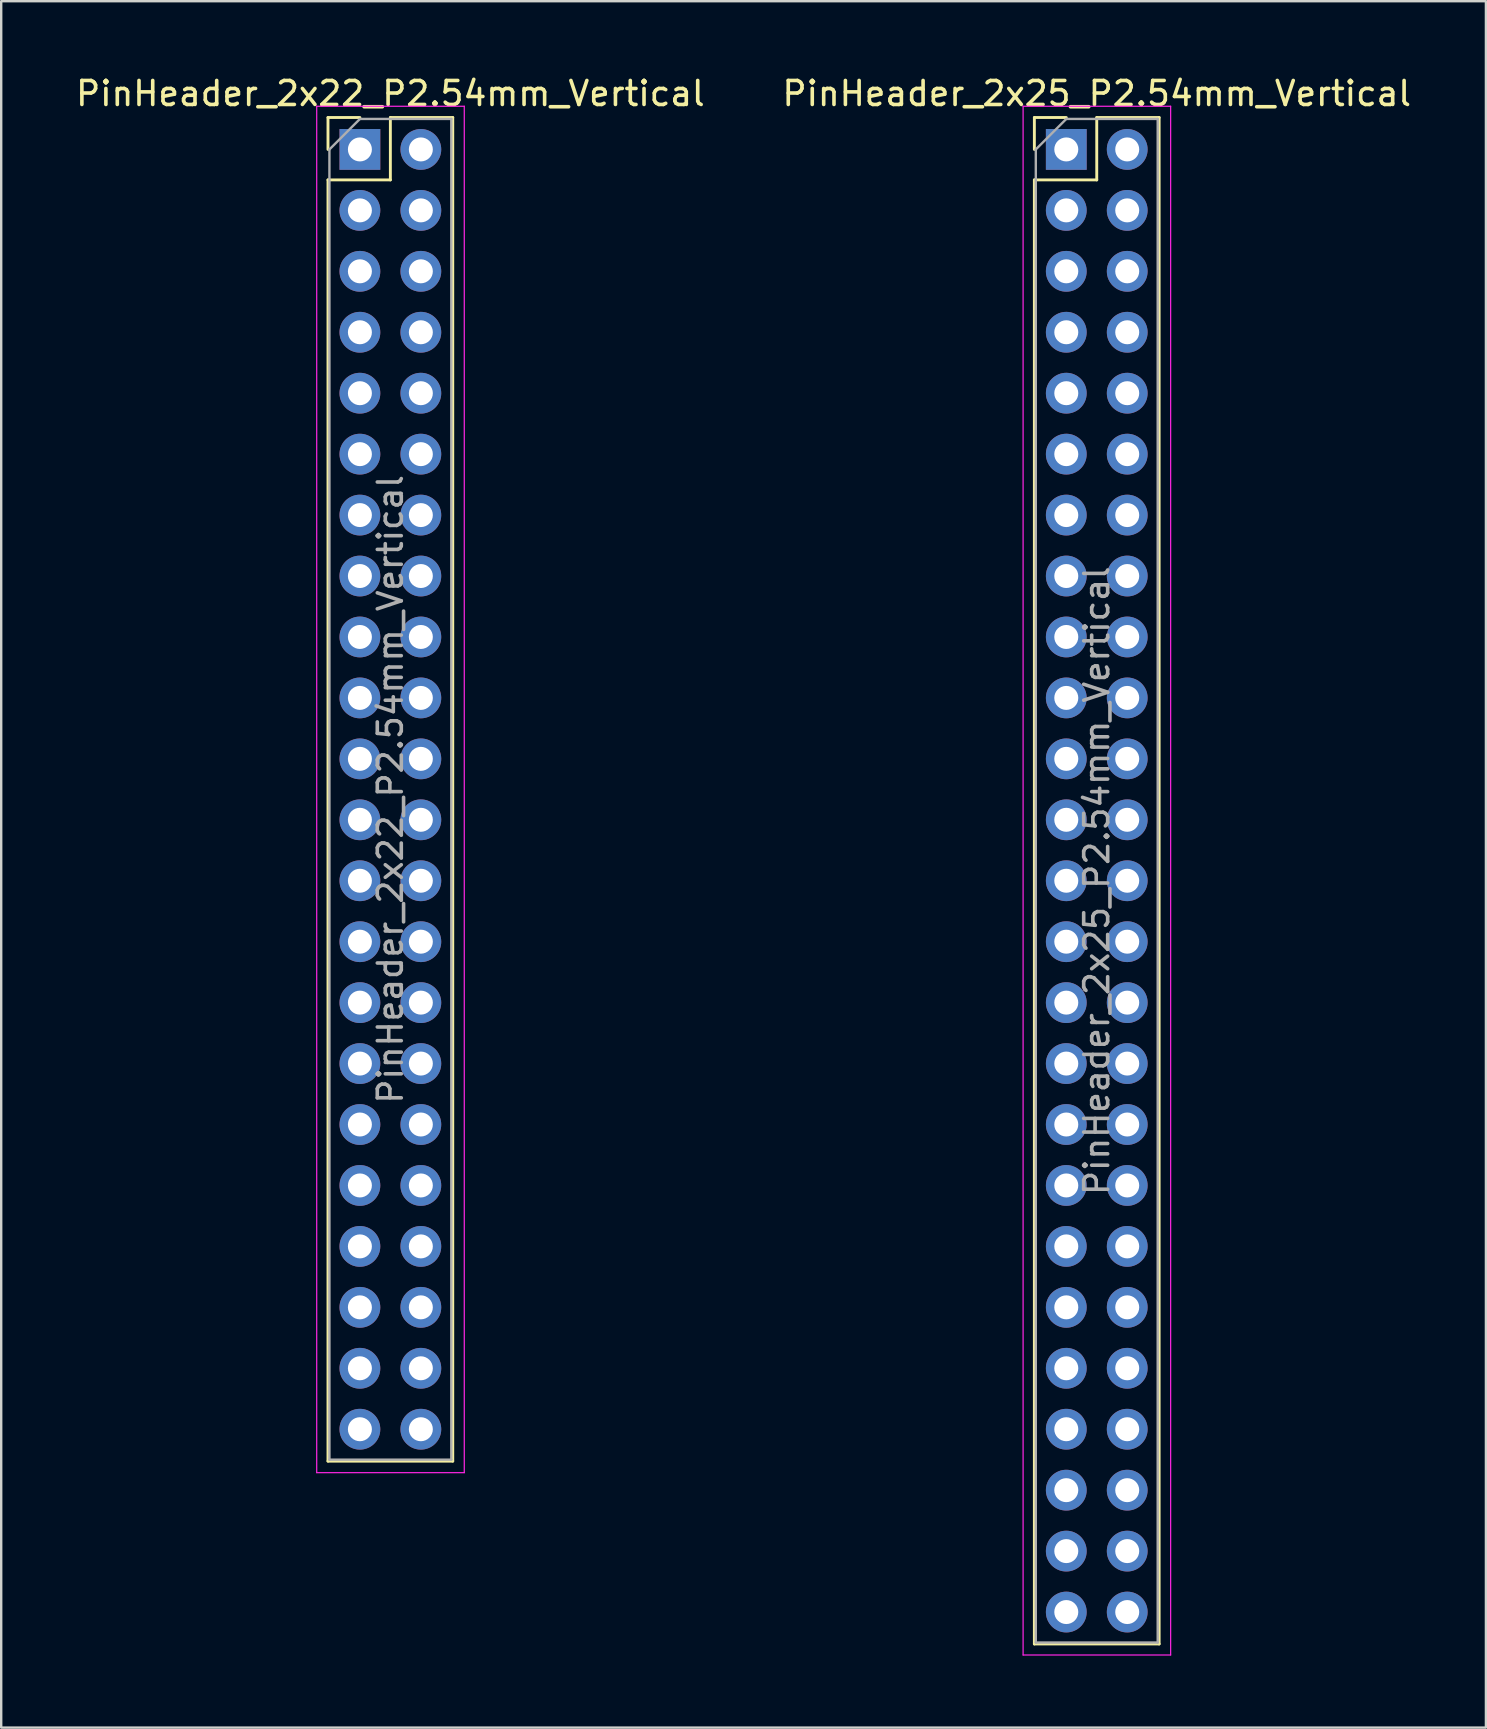
<source format=kicad_pcb>
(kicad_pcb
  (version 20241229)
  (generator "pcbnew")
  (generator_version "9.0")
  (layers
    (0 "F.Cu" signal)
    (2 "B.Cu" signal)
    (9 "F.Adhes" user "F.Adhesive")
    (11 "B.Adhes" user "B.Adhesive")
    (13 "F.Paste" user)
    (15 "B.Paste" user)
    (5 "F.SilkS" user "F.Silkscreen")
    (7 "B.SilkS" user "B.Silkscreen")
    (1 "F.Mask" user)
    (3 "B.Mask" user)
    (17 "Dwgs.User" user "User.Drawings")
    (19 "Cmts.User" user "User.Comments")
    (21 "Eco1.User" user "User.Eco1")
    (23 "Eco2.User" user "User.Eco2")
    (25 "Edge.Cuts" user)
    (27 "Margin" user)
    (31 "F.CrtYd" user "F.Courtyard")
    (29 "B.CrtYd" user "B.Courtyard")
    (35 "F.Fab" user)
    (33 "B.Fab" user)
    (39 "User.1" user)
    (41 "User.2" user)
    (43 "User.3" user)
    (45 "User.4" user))
  (footprint "PinHeader_2x22_P2.54mm_Vertical"
    (layer "F.Cu")
    (at 11.95 3.178)
    (property "Reference" "PinHeader_2x22_P2.54mm_Vertical" (at 1.27 -2.33 0) (layer "F.SilkS") (effects (font (size 1 1) (thickness 0.15))))
    (attr through_hole)
    (fp_line (start -1.33 -1.33) (end 0 -1.33) (stroke (width 0.12) (type solid)) (layer "F.SilkS"))
    (fp_line (start -1.33 0) (end -1.33 -1.33) (stroke (width 0.12) (type solid)) (layer "F.SilkS"))
    (fp_line (start -1.33 1.27) (end -1.33 54.67) (stroke (width 0.12) (type solid)) (layer "F.SilkS"))
    (fp_line (start -1.33 1.27) (end 1.27 1.27) (stroke (width 0.12) (type solid)) (layer "F.SilkS"))
    (fp_line (start -1.33 54.67) (end 3.87 54.67) (stroke (width 0.12) (type solid)) (layer "F.SilkS"))
    (fp_line (start 1.27 -1.33) (end 3.87 -1.33) (stroke (width 0.12) (type solid)) (layer "F.SilkS"))
    (fp_line (start 1.27 1.27) (end 1.27 -1.33) (stroke (width 0.12) (type solid)) (layer "F.SilkS"))
    (fp_line (start 3.87 -1.33) (end 3.87 54.67) (stroke (width 0.12) (type solid)) (layer "F.SilkS"))
    (fp_line (start -1.8 -1.8) (end -1.8 55.15) (stroke (width 0.05) (type solid)) (layer "F.CrtYd"))
    (fp_line (start -1.8 55.15) (end 4.35 55.15) (stroke (width 0.05) (type solid)) (layer "F.CrtYd"))
    (fp_line (start 4.35 -1.8) (end -1.8 -1.8) (stroke (width 0.05) (type solid)) (layer "F.CrtYd"))
    (fp_line (start 4.35 55.15) (end 4.35 -1.8) (stroke (width 0.05) (type solid)) (layer "F.CrtYd"))
    (fp_line (start -1.27 0) (end 0 -1.27) (stroke (width 0.1) (type solid)) (layer "F.Fab"))
    (fp_line (start -1.27 54.61) (end -1.27 0) (stroke (width 0.1) (type solid)) (layer "F.Fab"))
    (fp_line (start 0 -1.27) (end 3.81 -1.27) (stroke (width 0.1) (type solid)) (layer "F.Fab"))
    (fp_line (start 3.81 -1.27) (end 3.81 54.61) (stroke (width 0.1) (type solid)) (layer "F.Fab"))
    (fp_line (start 3.81 54.61) (end -1.27 54.61) (stroke (width 0.1) (type solid)) (layer "F.Fab"))
    (fp_text user "${REFERENCE}" (at 1.27 26.67 90) (layer "F.Fab") (effects (font (size 1 1) (thickness 0.15))))
    (pad "1" thru_hole rect (at 0 0) (size 1.7 1.7) (drill 1) (layers "*.Cu" "*.Mask"))
    (pad "2" thru_hole oval (at 2.54 0) (size 1.7 1.7) (drill 1) (layers "*.Cu" "*.Mask"))
    (pad "3" thru_hole oval (at 0 2.54) (size 1.7 1.7) (drill 1) (layers "*.Cu" "*.Mask"))
    (pad "4" thru_hole oval (at 2.54 2.54) (size 1.7 1.7) (drill 1) (layers "*.Cu" "*.Mask"))
    (pad "5" thru_hole oval (at 0 5.08) (size 1.7 1.7) (drill 1) (layers "*.Cu" "*.Mask"))
    (pad "6" thru_hole oval (at 2.54 5.08) (size 1.7 1.7) (drill 1) (layers "*.Cu" "*.Mask"))
    (pad "7" thru_hole oval (at 0 7.62) (size 1.7 1.7) (drill 1) (layers "*.Cu" "*.Mask"))
    (pad "8" thru_hole oval (at 2.54 7.62) (size 1.7 1.7) (drill 1) (layers "*.Cu" "*.Mask"))
    (pad "9" thru_hole oval (at 0 10.16) (size 1.7 1.7) (drill 1) (layers "*.Cu" "*.Mask"))
    (pad "10" thru_hole oval (at 2.54 10.16) (size 1.7 1.7) (drill 1) (layers "*.Cu" "*.Mask"))
    (pad "11" thru_hole oval (at 0 12.7) (size 1.7 1.7) (drill 1) (layers "*.Cu" "*.Mask"))
    (pad "12" thru_hole oval (at 2.54 12.7) (size 1.7 1.7) (drill 1) (layers "*.Cu" "*.Mask"))
    (pad "13" thru_hole oval (at 0 15.24) (size 1.7 1.7) (drill 1) (layers "*.Cu" "*.Mask"))
    (pad "14" thru_hole oval (at 2.54 15.24) (size 1.7 1.7) (drill 1) (layers "*.Cu" "*.Mask"))
    (pad "15" thru_hole oval (at 0 17.78) (size 1.7 1.7) (drill 1) (layers "*.Cu" "*.Mask"))
    (pad "16" thru_hole oval (at 2.54 17.78) (size 1.7 1.7) (drill 1) (layers "*.Cu" "*.Mask"))
    (pad "17" thru_hole oval (at 0 20.32) (size 1.7 1.7) (drill 1) (layers "*.Cu" "*.Mask"))
    (pad "18" thru_hole oval (at 2.54 20.32) (size 1.7 1.7) (drill 1) (layers "*.Cu" "*.Mask"))
    (pad "19" thru_hole oval (at 0 22.86) (size 1.7 1.7) (drill 1) (layers "*.Cu" "*.Mask"))
    (pad "20" thru_hole oval (at 2.54 22.86) (size 1.7 1.7) (drill 1) (layers "*.Cu" "*.Mask"))
    (pad "21" thru_hole oval (at 0 25.4) (size 1.7 1.7) (drill 1) (layers "*.Cu" "*.Mask"))
    (pad "22" thru_hole oval (at 2.54 25.4) (size 1.7 1.7) (drill 1) (layers "*.Cu" "*.Mask"))
    (pad "23" thru_hole oval (at 0 27.94) (size 1.7 1.7) (drill 1) (layers "*.Cu" "*.Mask"))
    (pad "24" thru_hole oval (at 2.54 27.94) (size 1.7 1.7) (drill 1) (layers "*.Cu" "*.Mask"))
    (pad "25" thru_hole oval (at 0 30.48) (size 1.7 1.7) (drill 1) (layers "*.Cu" "*.Mask"))
    (pad "26" thru_hole oval (at 2.54 30.48) (size 1.7 1.7) (drill 1) (layers "*.Cu" "*.Mask"))
    (pad "27" thru_hole oval (at 0 33.02) (size 1.7 1.7) (drill 1) (layers "*.Cu" "*.Mask"))
    (pad "28" thru_hole oval (at 2.54 33.02) (size 1.7 1.7) (drill 1) (layers "*.Cu" "*.Mask"))
    (pad "29" thru_hole oval (at 0 35.56) (size 1.7 1.7) (drill 1) (layers "*.Cu" "*.Mask"))
    (pad "30" thru_hole oval (at 2.54 35.56) (size 1.7 1.7) (drill 1) (layers "*.Cu" "*.Mask"))
    (pad "31" thru_hole oval (at 0 38.1) (size 1.7 1.7) (drill 1) (layers "*.Cu" "*.Mask"))
    (pad "32" thru_hole oval (at 2.54 38.1) (size 1.7 1.7) (drill 1) (layers "*.Cu" "*.Mask"))
    (pad "33" thru_hole oval (at 0 40.64) (size 1.7 1.7) (drill 1) (layers "*.Cu" "*.Mask"))
    (pad "34" thru_hole oval (at 2.54 40.64) (size 1.7 1.7) (drill 1) (layers "*.Cu" "*.Mask"))
    (pad "35" thru_hole oval (at 0 43.18) (size 1.7 1.7) (drill 1) (layers "*.Cu" "*.Mask"))
    (pad "36" thru_hole oval (at 2.54 43.18) (size 1.7 1.7) (drill 1) (layers "*.Cu" "*.Mask"))
    (pad "37" thru_hole oval (at 0 45.72) (size 1.7 1.7) (drill 1) (layers "*.Cu" "*.Mask"))
    (pad "38" thru_hole oval (at 2.54 45.72) (size 1.7 1.7) (drill 1) (layers "*.Cu" "*.Mask"))
    (pad "39" thru_hole oval (at 0 48.26) (size 1.7 1.7) (drill 1) (layers "*.Cu" "*.Mask"))
    (pad "40" thru_hole oval (at 2.54 48.26) (size 1.7 1.7) (drill 1) (layers "*.Cu" "*.Mask"))
    (pad "41" thru_hole oval (at 0 50.8) (size 1.7 1.7) (drill 1) (layers "*.Cu" "*.Mask"))
    (pad "42" thru_hole oval (at 2.54 50.8) (size 1.7 1.7) (drill 1) (layers "*.Cu" "*.Mask"))
    (pad "43" thru_hole oval (at 0 53.34) (size 1.7 1.7) (drill 1) (layers "*.Cu" "*.Mask"))
    (pad "44" thru_hole oval (at 2.54 53.34) (size 1.7 1.7) (drill 1) (layers "*.Cu" "*.Mask")))
  (footprint "PinHeader_2x25_P2.54mm_Vertical"
    (layer "F.Cu")
    (at 41.391 3.178)
    (property "Reference" "PinHeader_2x25_P2.54mm_Vertical" (at 1.27 -2.33 0) (layer "F.SilkS") (effects (font (size 1 1) (thickness 0.15))))
    (attr through_hole)
    (fp_line (start -1.33 -1.33) (end 0 -1.33) (stroke (width 0.12) (type solid)) (layer "F.SilkS"))
    (fp_line (start -1.33 0) (end -1.33 -1.33) (stroke (width 0.12) (type solid)) (layer "F.SilkS"))
    (fp_line (start -1.33 1.27) (end -1.33 62.29) (stroke (width 0.12) (type solid)) (layer "F.SilkS"))
    (fp_line (start -1.33 1.27) (end 1.27 1.27) (stroke (width 0.12) (type solid)) (layer "F.SilkS"))
    (fp_line (start -1.33 62.29) (end 3.87 62.29) (stroke (width 0.12) (type solid)) (layer "F.SilkS"))
    (fp_line (start 1.27 -1.33) (end 3.87 -1.33) (stroke (width 0.12) (type solid)) (layer "F.SilkS"))
    (fp_line (start 1.27 1.27) (end 1.27 -1.33) (stroke (width 0.12) (type solid)) (layer "F.SilkS"))
    (fp_line (start 3.87 -1.33) (end 3.87 62.29) (stroke (width 0.12) (type solid)) (layer "F.SilkS"))
    (fp_line (start -1.8 -1.8) (end -1.8 62.75) (stroke (width 0.05) (type solid)) (layer "F.CrtYd"))
    (fp_line (start -1.8 62.75) (end 4.35 62.75) (stroke (width 0.05) (type solid)) (layer "F.CrtYd"))
    (fp_line (start 4.35 -1.8) (end -1.8 -1.8) (stroke (width 0.05) (type solid)) (layer "F.CrtYd"))
    (fp_line (start 4.35 62.75) (end 4.35 -1.8) (stroke (width 0.05) (type solid)) (layer "F.CrtYd"))
    (fp_line (start -1.27 0) (end 0 -1.27) (stroke (width 0.1) (type solid)) (layer "F.Fab"))
    (fp_line (start -1.27 62.23) (end -1.27 0) (stroke (width 0.1) (type solid)) (layer "F.Fab"))
    (fp_line (start 0 -1.27) (end 3.81 -1.27) (stroke (width 0.1) (type solid)) (layer "F.Fab"))
    (fp_line (start 3.81 -1.27) (end 3.81 62.23) (stroke (width 0.1) (type solid)) (layer "F.Fab"))
    (fp_line (start 3.81 62.23) (end -1.27 62.23) (stroke (width 0.1) (type solid)) (layer "F.Fab"))
    (fp_text user "${REFERENCE}" (at 1.27 30.48 90) (layer "F.Fab") (effects (font (size 1 1) (thickness 0.15))))
    (pad "1" thru_hole rect (at 0 0) (size 1.7 1.7) (drill 1) (layers "*.Cu" "*.Mask"))
    (pad "2" thru_hole oval (at 2.54 0) (size 1.7 1.7) (drill 1) (layers "*.Cu" "*.Mask"))
    (pad "3" thru_hole oval (at 0 2.54) (size 1.7 1.7) (drill 1) (layers "*.Cu" "*.Mask"))
    (pad "4" thru_hole oval (at 2.54 2.54) (size 1.7 1.7) (drill 1) (layers "*.Cu" "*.Mask"))
    (pad "5" thru_hole oval (at 0 5.08) (size 1.7 1.7) (drill 1) (layers "*.Cu" "*.Mask"))
    (pad "6" thru_hole oval (at 2.54 5.08) (size 1.7 1.7) (drill 1) (layers "*.Cu" "*.Mask"))
    (pad "7" thru_hole oval (at 0 7.62) (size 1.7 1.7) (drill 1) (layers "*.Cu" "*.Mask"))
    (pad "8" thru_hole oval (at 2.54 7.62) (size 1.7 1.7) (drill 1) (layers "*.Cu" "*.Mask"))
    (pad "9" thru_hole oval (at 0 10.16) (size 1.7 1.7) (drill 1) (layers "*.Cu" "*.Mask"))
    (pad "10" thru_hole oval (at 2.54 10.16) (size 1.7 1.7) (drill 1) (layers "*.Cu" "*.Mask"))
    (pad "11" thru_hole oval (at 0 12.7) (size 1.7 1.7) (drill 1) (layers "*.Cu" "*.Mask"))
    (pad "12" thru_hole oval (at 2.54 12.7) (size 1.7 1.7) (drill 1) (layers "*.Cu" "*.Mask"))
    (pad "13" thru_hole oval (at 0 15.24) (size 1.7 1.7) (drill 1) (layers "*.Cu" "*.Mask"))
    (pad "14" thru_hole oval (at 2.54 15.24) (size 1.7 1.7) (drill 1) (layers "*.Cu" "*.Mask"))
    (pad "15" thru_hole oval (at 0 17.78) (size 1.7 1.7) (drill 1) (layers "*.Cu" "*.Mask"))
    (pad "16" thru_hole oval (at 2.54 17.78) (size 1.7 1.7) (drill 1) (layers "*.Cu" "*.Mask"))
    (pad "17" thru_hole oval (at 0 20.32) (size 1.7 1.7) (drill 1) (layers "*.Cu" "*.Mask"))
    (pad "18" thru_hole oval (at 2.54 20.32) (size 1.7 1.7) (drill 1) (layers "*.Cu" "*.Mask"))
    (pad "19" thru_hole oval (at 0 22.86) (size 1.7 1.7) (drill 1) (layers "*.Cu" "*.Mask"))
    (pad "20" thru_hole oval (at 2.54 22.86) (size 1.7 1.7) (drill 1) (layers "*.Cu" "*.Mask"))
    (pad "21" thru_hole oval (at 0 25.4) (size 1.7 1.7) (drill 1) (layers "*.Cu" "*.Mask"))
    (pad "22" thru_hole oval (at 2.54 25.4) (size 1.7 1.7) (drill 1) (layers "*.Cu" "*.Mask"))
    (pad "23" thru_hole oval (at 0 27.94) (size 1.7 1.7) (drill 1) (layers "*.Cu" "*.Mask"))
    (pad "24" thru_hole oval (at 2.54 27.94) (size 1.7 1.7) (drill 1) (layers "*.Cu" "*.Mask"))
    (pad "25" thru_hole oval (at 0 30.48) (size 1.7 1.7) (drill 1) (layers "*.Cu" "*.Mask"))
    (pad "26" thru_hole oval (at 2.54 30.48) (size 1.7 1.7) (drill 1) (layers "*.Cu" "*.Mask"))
    (pad "27" thru_hole oval (at 0 33.02) (size 1.7 1.7) (drill 1) (layers "*.Cu" "*.Mask"))
    (pad "28" thru_hole oval (at 2.54 33.02) (size 1.7 1.7) (drill 1) (layers "*.Cu" "*.Mask"))
    (pad "29" thru_hole oval (at 0 35.56) (size 1.7 1.7) (drill 1) (layers "*.Cu" "*.Mask"))
    (pad "30" thru_hole oval (at 2.54 35.56) (size 1.7 1.7) (drill 1) (layers "*.Cu" "*.Mask"))
    (pad "31" thru_hole oval (at 0 38.1) (size 1.7 1.7) (drill 1) (layers "*.Cu" "*.Mask"))
    (pad "32" thru_hole oval (at 2.54 38.1) (size 1.7 1.7) (drill 1) (layers "*.Cu" "*.Mask"))
    (pad "33" thru_hole oval (at 0 40.64) (size 1.7 1.7) (drill 1) (layers "*.Cu" "*.Mask"))
    (pad "34" thru_hole oval (at 2.54 40.64) (size 1.7 1.7) (drill 1) (layers "*.Cu" "*.Mask"))
    (pad "35" thru_hole oval (at 0 43.18) (size 1.7 1.7) (drill 1) (layers "*.Cu" "*.Mask"))
    (pad "36" thru_hole oval (at 2.54 43.18) (size 1.7 1.7) (drill 1) (layers "*.Cu" "*.Mask"))
    (pad "37" thru_hole oval (at 0 45.72) (size 1.7 1.7) (drill 1) (layers "*.Cu" "*.Mask"))
    (pad "38" thru_hole oval (at 2.54 45.72) (size 1.7 1.7) (drill 1) (layers "*.Cu" "*.Mask"))
    (pad "39" thru_hole oval (at 0 48.26) (size 1.7 1.7) (drill 1) (layers "*.Cu" "*.Mask"))
    (pad "40" thru_hole oval (at 2.54 48.26) (size 1.7 1.7) (drill 1) (layers "*.Cu" "*.Mask"))
    (pad "41" thru_hole oval (at 0 50.8) (size 1.7 1.7) (drill 1) (layers "*.Cu" "*.Mask"))
    (pad "42" thru_hole oval (at 2.54 50.8) (size 1.7 1.7) (drill 1) (layers "*.Cu" "*.Mask"))
    (pad "43" thru_hole oval (at 0 53.34) (size 1.7 1.7) (drill 1) (layers "*.Cu" "*.Mask"))
    (pad "44" thru_hole oval (at 2.54 53.34) (size 1.7 1.7) (drill 1) (layers "*.Cu" "*.Mask"))
    (pad "45" thru_hole oval (at 0 55.88) (size 1.7 1.7) (drill 1) (layers "*.Cu" "*.Mask"))
    (pad "46" thru_hole oval (at 2.54 55.88) (size 1.7 1.7) (drill 1) (layers "*.Cu" "*.Mask"))
    (pad "47" thru_hole oval (at 0 58.42) (size 1.7 1.7) (drill 1) (layers "*.Cu" "*.Mask"))
    (pad "48" thru_hole oval (at 2.54 58.42) (size 1.7 1.7) (drill 1) (layers "*.Cu" "*.Mask"))
    (pad "49" thru_hole oval (at 0 60.96) (size 1.7 1.7) (drill 1) (layers "*.Cu" "*.Mask"))
    (pad "50" thru_hole oval (at 2.54 60.96) (size 1.7 1.7) (drill 1) (layers "*.Cu" "*.Mask")))
  (gr_rect
    (start -3 -3)
    (end 58.881 68.953)
    (stroke (width 0.1) (type default))
    (fill no)
    (layer "Edge.Cuts")))
</source>
